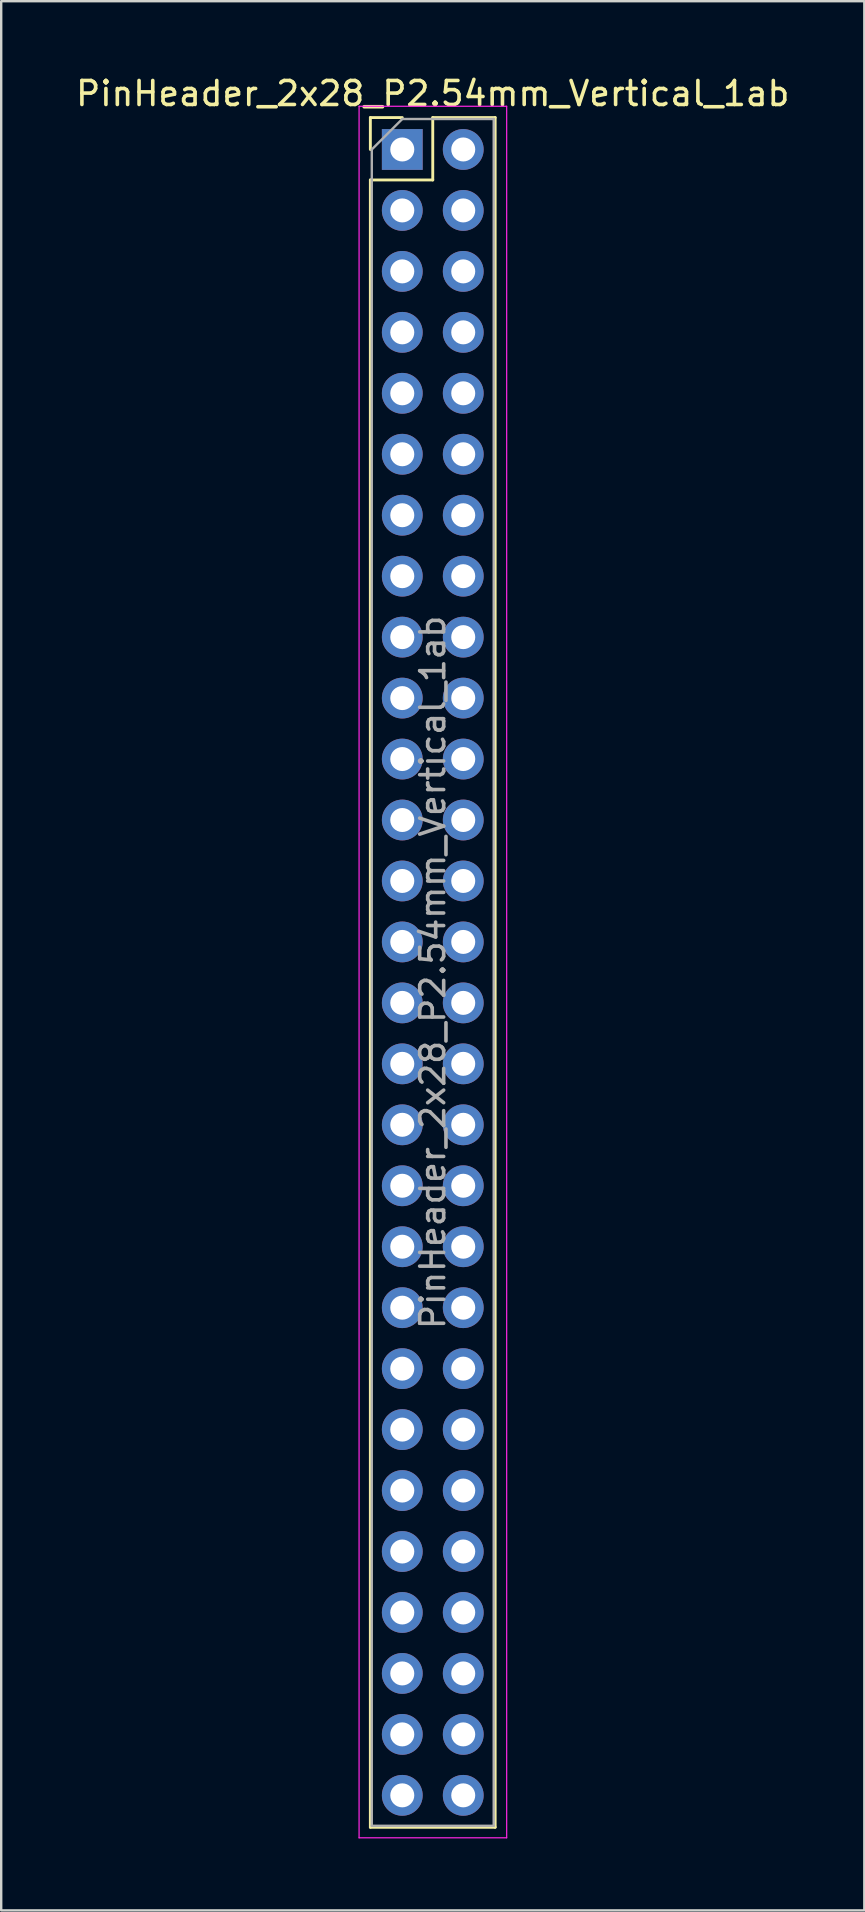
<source format=kicad_pcb>
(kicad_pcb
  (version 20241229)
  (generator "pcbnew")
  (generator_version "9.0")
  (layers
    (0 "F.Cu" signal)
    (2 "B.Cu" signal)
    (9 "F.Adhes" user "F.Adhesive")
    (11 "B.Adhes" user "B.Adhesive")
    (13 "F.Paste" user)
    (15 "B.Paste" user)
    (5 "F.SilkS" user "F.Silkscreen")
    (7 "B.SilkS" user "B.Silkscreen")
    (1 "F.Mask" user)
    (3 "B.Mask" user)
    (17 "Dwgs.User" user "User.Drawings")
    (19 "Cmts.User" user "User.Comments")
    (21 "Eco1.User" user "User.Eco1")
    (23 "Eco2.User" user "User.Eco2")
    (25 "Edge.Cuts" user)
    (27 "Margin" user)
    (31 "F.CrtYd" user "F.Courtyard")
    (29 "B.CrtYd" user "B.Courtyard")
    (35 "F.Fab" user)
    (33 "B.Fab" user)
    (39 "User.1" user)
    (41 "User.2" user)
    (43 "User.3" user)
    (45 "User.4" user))
  (footprint "PinHeader_2x28_P2.54mm_Vertical_1ab"
    (layer "F.Cu")
    (at 13.712 3.178)
    (property "Reference" "PinHeader_2x28_P2.54mm_Vertical_1ab" (at 1.27 -2.33 0) (layer "F.SilkS") (effects (font (size 1 1) (thickness 0.15))))
    (attr through_hole)
    (fp_line (start -1.33 -1.33) (end 0 -1.33) (stroke (width 0.12) (type solid)) (layer "F.SilkS"))
    (fp_line (start -1.33 0) (end -1.33 -1.33) (stroke (width 0.12) (type solid)) (layer "F.SilkS"))
    (fp_line (start -1.33 1.27) (end -1.33 69.91) (stroke (width 0.12) (type solid)) (layer "F.SilkS"))
    (fp_line (start -1.33 1.27) (end 1.27 1.27) (stroke (width 0.12) (type solid)) (layer "F.SilkS"))
    (fp_line (start -1.33 69.91) (end 3.87 69.91) (stroke (width 0.12) (type solid)) (layer "F.SilkS"))
    (fp_line (start 1.27 -1.33) (end 3.87 -1.33) (stroke (width 0.12) (type solid)) (layer "F.SilkS"))
    (fp_line (start 1.27 1.27) (end 1.27 -1.33) (stroke (width 0.12) (type solid)) (layer "F.SilkS"))
    (fp_line (start 3.87 -1.33) (end 3.87 69.91) (stroke (width 0.12) (type solid)) (layer "F.SilkS"))
    (fp_line (start -1.8 -1.8) (end -1.8 70.35) (stroke (width 0.05) (type solid)) (layer "F.CrtYd"))
    (fp_line (start -1.8 70.35) (end 4.35 70.35) (stroke (width 0.05) (type solid)) (layer "F.CrtYd"))
    (fp_line (start 4.35 -1.8) (end -1.8 -1.8) (stroke (width 0.05) (type solid)) (layer "F.CrtYd"))
    (fp_line (start 4.35 70.35) (end 4.35 -1.8) (stroke (width 0.05) (type solid)) (layer "F.CrtYd"))
    (fp_line (start -1.27 0) (end 0 -1.27) (stroke (width 0.1) (type solid)) (layer "F.Fab"))
    (fp_line (start -1.27 69.85) (end -1.27 0) (stroke (width 0.1) (type solid)) (layer "F.Fab"))
    (fp_line (start 0 -1.27) (end 3.81 -1.27) (stroke (width 0.1) (type solid)) (layer "F.Fab"))
    (fp_line (start 3.81 -1.27) (end 3.81 69.85) (stroke (width 0.1) (type solid)) (layer "F.Fab"))
    (fp_line (start 3.81 69.85) (end -1.27 69.85) (stroke (width 0.1) (type solid)) (layer "F.Fab"))
    (fp_text user "${REFERENCE}" (at 1.27 34.29 90) (layer "F.Fab") (effects (font (size 1 1) (thickness 0.15))))
    (pad "1a" thru_hole rect (at 0 0) (size 1.7 1.7) (drill 1) (layers "*.Cu" "*.Mask"))
    (pad "1b" thru_hole oval (at 2.54 0) (size 1.7 1.7) (drill 1) (layers "*.Cu" "*.Mask"))
    (pad "2a" thru_hole oval (at 0 2.54) (size 1.7 1.7) (drill 1) (layers "*.Cu" "*.Mask"))
    (pad "2b" thru_hole oval (at 2.54 2.54) (size 1.7 1.7) (drill 1) (layers "*.Cu" "*.Mask"))
    (pad "3a" thru_hole oval (at 0 5.08) (size 1.7 1.7) (drill 1) (layers "*.Cu" "*.Mask"))
    (pad "3b" thru_hole oval (at 2.54 5.08) (size 1.7 1.7) (drill 1) (layers "*.Cu" "*.Mask"))
    (pad "4a" thru_hole oval (at 0 7.62) (size 1.7 1.7) (drill 1) (layers "*.Cu" "*.Mask"))
    (pad "4b" thru_hole oval (at 2.54 7.62) (size 1.7 1.7) (drill 1) (layers "*.Cu" "*.Mask"))
    (pad "5a" thru_hole oval (at 0 10.16) (size 1.7 1.7) (drill 1) (layers "*.Cu" "*.Mask"))
    (pad "5b" thru_hole oval (at 2.54 10.16) (size 1.7 1.7) (drill 1) (layers "*.Cu" "*.Mask"))
    (pad "6a" thru_hole oval (at 0 12.7) (size 1.7 1.7) (drill 1) (layers "*.Cu" "*.Mask"))
    (pad "6b" thru_hole oval (at 2.54 12.7) (size 1.7 1.7) (drill 1) (layers "*.Cu" "*.Mask"))
    (pad "7a" thru_hole oval (at 0 15.24) (size 1.7 1.7) (drill 1) (layers "*.Cu" "*.Mask"))
    (pad "7b" thru_hole oval (at 2.54 15.24) (size 1.7 1.7) (drill 1) (layers "*.Cu" "*.Mask"))
    (pad "8a" thru_hole oval (at 0 17.78) (size 1.7 1.7) (drill 1) (layers "*.Cu" "*.Mask"))
    (pad "8b" thru_hole oval (at 2.54 17.78) (size 1.7 1.7) (drill 1) (layers "*.Cu" "*.Mask"))
    (pad "9a" thru_hole oval (at 0 20.32) (size 1.7 1.7) (drill 1) (layers "*.Cu" "*.Mask"))
    (pad "9b" thru_hole oval (at 2.54 20.32) (size 1.7 1.7) (drill 1) (layers "*.Cu" "*.Mask"))
    (pad "10a" thru_hole oval (at 0 22.86) (size 1.7 1.7) (drill 1) (layers "*.Cu" "*.Mask"))
    (pad "10b" thru_hole oval (at 2.54 22.86) (size 1.7 1.7) (drill 1) (layers "*.Cu" "*.Mask"))
    (pad "11a" thru_hole oval (at 0 25.4) (size 1.7 1.7) (drill 1) (layers "*.Cu" "*.Mask"))
    (pad "11b" thru_hole oval (at 2.54 25.4) (size 1.7 1.7) (drill 1) (layers "*.Cu" "*.Mask"))
    (pad "12a" thru_hole oval (at 0 27.94) (size 1.7 1.7) (drill 1) (layers "*.Cu" "*.Mask"))
    (pad "12b" thru_hole oval (at 2.54 27.94) (size 1.7 1.7) (drill 1) (layers "*.Cu" "*.Mask"))
    (pad "13a" thru_hole oval (at 0 30.48) (size 1.7 1.7) (drill 1) (layers "*.Cu" "*.Mask"))
    (pad "13b" thru_hole oval (at 2.54 30.48) (size 1.7 1.7) (drill 1) (layers "*.Cu" "*.Mask"))
    (pad "14a" thru_hole oval (at 0 33.02) (size 1.7 1.7) (drill 1) (layers "*.Cu" "*.Mask"))
    (pad "14b" thru_hole oval (at 2.54 33.02) (size 1.7 1.7) (drill 1) (layers "*.Cu" "*.Mask"))
    (pad "15a" thru_hole oval (at 0 35.56) (size 1.7 1.7) (drill 1) (layers "*.Cu" "*.Mask"))
    (pad "15b" thru_hole oval (at 2.54 35.56) (size 1.7 1.7) (drill 1) (layers "*.Cu" "*.Mask"))
    (pad "16a" thru_hole oval (at 0 38.1) (size 1.7 1.7) (drill 1) (layers "*.Cu" "*.Mask"))
    (pad "16b" thru_hole oval (at 2.54 38.1) (size 1.7 1.7) (drill 1) (layers "*.Cu" "*.Mask"))
    (pad "17a" thru_hole oval (at 0 40.64) (size 1.7 1.7) (drill 1) (layers "*.Cu" "*.Mask"))
    (pad "17b" thru_hole oval (at 2.54 40.64) (size 1.7 1.7) (drill 1) (layers "*.Cu" "*.Mask"))
    (pad "18a" thru_hole oval (at 0 43.18) (size 1.7 1.7) (drill 1) (layers "*.Cu" "*.Mask"))
    (pad "18b" thru_hole oval (at 2.54 43.18) (size 1.7 1.7) (drill 1) (layers "*.Cu" "*.Mask"))
    (pad "19a" thru_hole oval (at 0 45.72) (size 1.7 1.7) (drill 1) (layers "*.Cu" "*.Mask"))
    (pad "19b" thru_hole oval (at 2.54 45.72) (size 1.7 1.7) (drill 1) (layers "*.Cu" "*.Mask"))
    (pad "20a" thru_hole oval (at 0 48.26) (size 1.7 1.7) (drill 1) (layers "*.Cu" "*.Mask"))
    (pad "20b" thru_hole oval (at 2.54 48.26) (size 1.7 1.7) (drill 1) (layers "*.Cu" "*.Mask"))
    (pad "21a" thru_hole oval (at 0 50.8) (size 1.7 1.7) (drill 1) (layers "*.Cu" "*.Mask"))
    (pad "21b" thru_hole oval (at 2.54 50.8) (size 1.7 1.7) (drill 1) (layers "*.Cu" "*.Mask"))
    (pad "22a" thru_hole oval (at 0 53.34) (size 1.7 1.7) (drill 1) (layers "*.Cu" "*.Mask"))
    (pad "22b" thru_hole oval (at 2.54 53.34) (size 1.7 1.7) (drill 1) (layers "*.Cu" "*.Mask"))
    (pad "23a" thru_hole oval (at 0 55.88) (size 1.7 1.7) (drill 1) (layers "*.Cu" "*.Mask"))
    (pad "23b" thru_hole oval (at 2.54 55.88) (size 1.7 1.7) (drill 1) (layers "*.Cu" "*.Mask"))
    (pad "24a" thru_hole oval (at 0 58.42) (size 1.7 1.7) (drill 1) (layers "*.Cu" "*.Mask"))
    (pad "24b" thru_hole oval (at 2.54 58.42) (size 1.7 1.7) (drill 1) (layers "*.Cu" "*.Mask"))
    (pad "25a" thru_hole oval (at 0 60.96) (size 1.7 1.7) (drill 1) (layers "*.Cu" "*.Mask"))
    (pad "25b" thru_hole oval (at 2.54 60.96) (size 1.7 1.7) (drill 1) (layers "*.Cu" "*.Mask"))
    (pad "26a" thru_hole oval (at 0 63.5) (size 1.7 1.7) (drill 1) (layers "*.Cu" "*.Mask"))
    (pad "26b" thru_hole oval (at 2.54 63.5) (size 1.7 1.7) (drill 1) (layers "*.Cu" "*.Mask"))
    (pad "27a" thru_hole oval (at 0 66.04) (size 1.7 1.7) (drill 1) (layers "*.Cu" "*.Mask"))
    (pad "27b" thru_hole oval (at 2.54 66.04) (size 1.7 1.7) (drill 1) (layers "*.Cu" "*.Mask"))
    (pad "28a" thru_hole oval (at 0 68.58) (size 1.7 1.7) (drill 1) (layers "*.Cu" "*.Mask"))
    (pad "28b" thru_hole oval (at 2.54 68.58) (size 1.7 1.7) (drill 1) (layers "*.Cu" "*.Mask")))
  (gr_rect
    (start -3 -3)
    (end 32.964 76.553)
    (stroke (width 0.1) (type default))
    (fill no)
    (layer "Edge.Cuts")))
</source>
